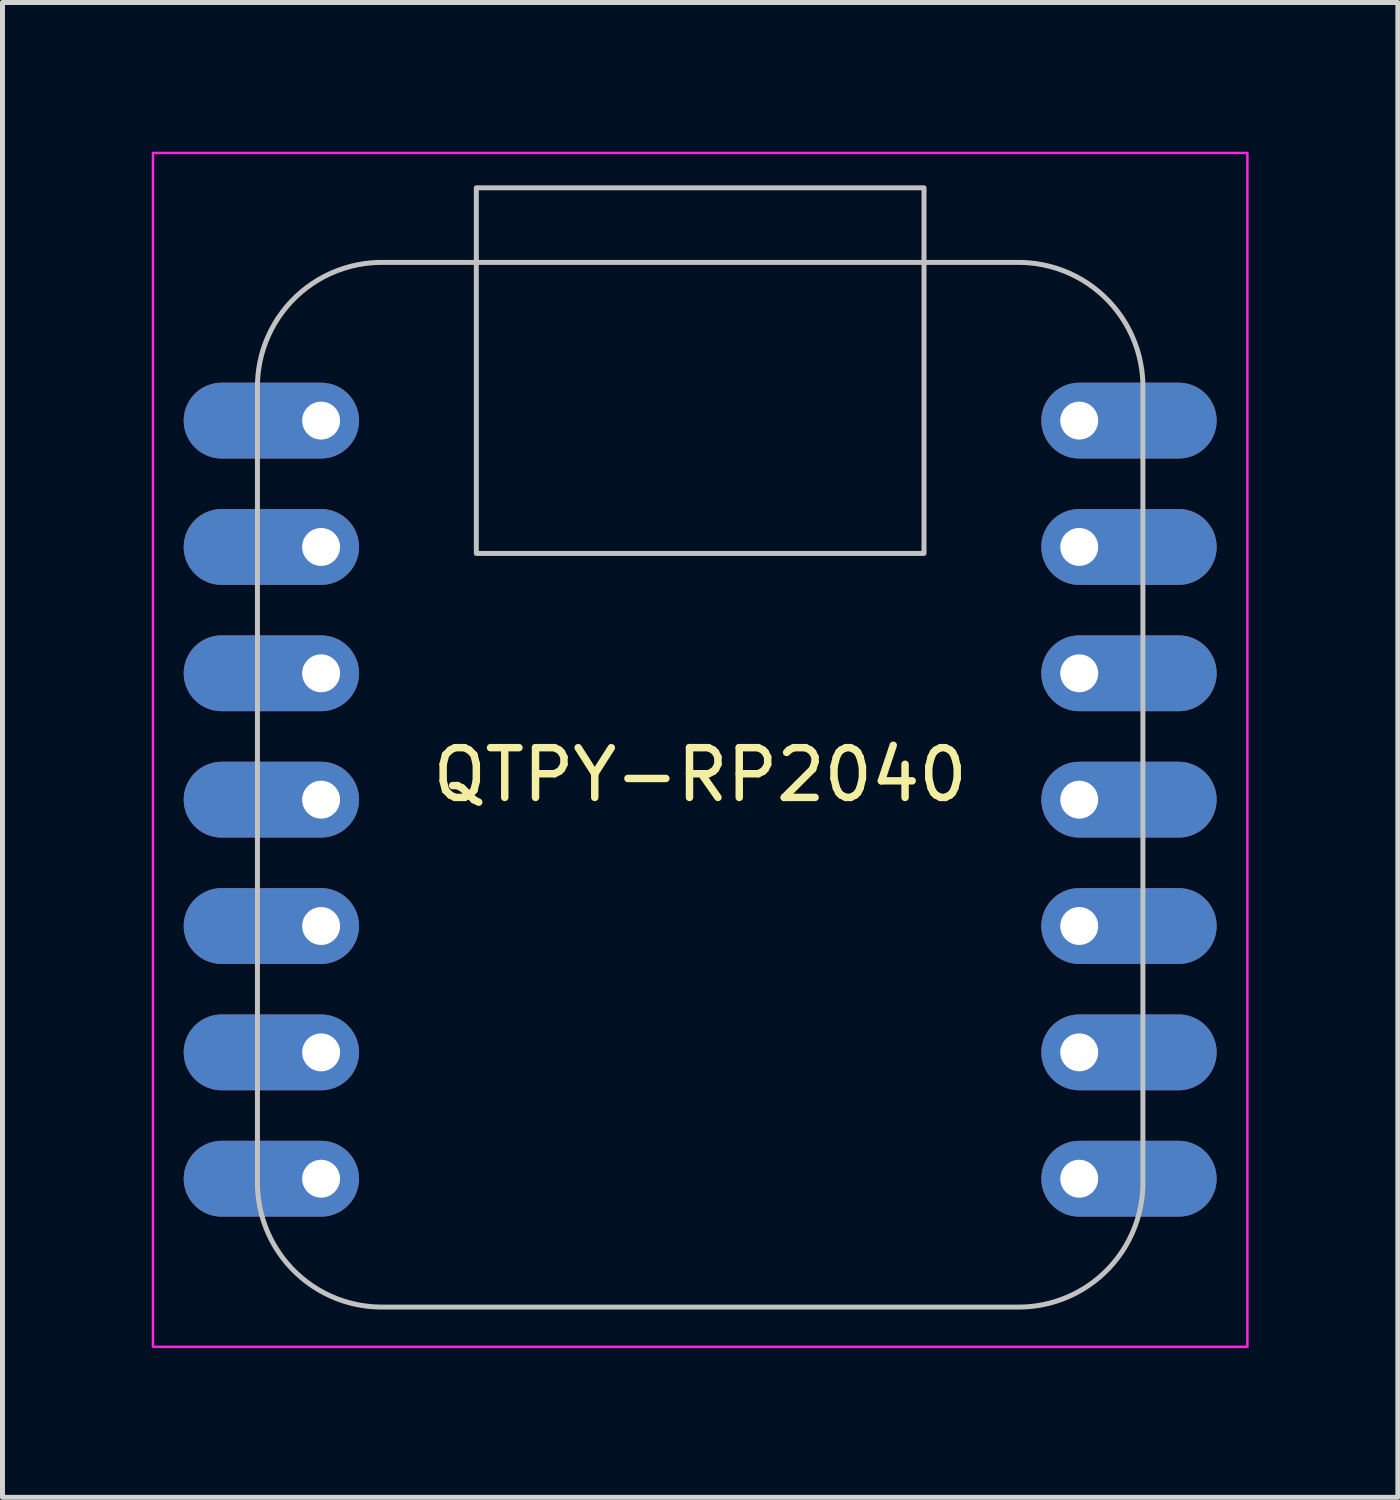
<source format=kicad_pcb>
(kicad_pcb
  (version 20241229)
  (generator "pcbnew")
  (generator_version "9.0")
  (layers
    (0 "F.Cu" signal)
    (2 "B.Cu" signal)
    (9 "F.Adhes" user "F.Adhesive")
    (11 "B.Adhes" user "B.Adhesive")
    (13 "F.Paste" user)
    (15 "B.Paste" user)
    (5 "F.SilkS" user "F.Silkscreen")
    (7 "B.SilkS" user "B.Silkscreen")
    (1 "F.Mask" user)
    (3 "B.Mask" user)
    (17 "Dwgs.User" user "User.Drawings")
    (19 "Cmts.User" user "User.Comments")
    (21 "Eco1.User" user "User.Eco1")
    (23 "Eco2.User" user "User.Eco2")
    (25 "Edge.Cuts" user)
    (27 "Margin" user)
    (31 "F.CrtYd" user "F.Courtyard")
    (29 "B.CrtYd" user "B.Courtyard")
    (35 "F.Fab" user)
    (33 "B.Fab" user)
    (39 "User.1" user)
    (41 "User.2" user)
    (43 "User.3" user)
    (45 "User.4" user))
  (footprint "QTPY-RP2040"
    (layer "F.Cu")
    (at 11.025 13.025)
    (property "Reference" "QTPY-RP2040" (at 0 -0.5 0) (unlocked yes) (layer "F.SilkS") (effects (font (size 1 1) (thickness 0.15))))
    (attr through_hole)
    (fp_rect (start 4.5 -12.3) (end -4.5 -4.95) (stroke (width 0.1) (type default)) (fill no) (layer "Dwgs.User"))
    (fp_poly (pts (arc (start 8.9 7.7) (mid 8.167767 9.467767) (end 6.4 10.2)) (arc (start -6.4 10.2) (mid -8.167767 9.467767) (end -8.9 7.7)) (arc (start -8.9 -8.3) (mid -8.167767 -10.067767) (end -6.4 -10.8)) (arc (start 6.4 -10.8) (mid 8.167767 -10.067767) (end 8.9 -8.3))) (stroke (width 0.1) (type solid)) (fill no) (layer "Dwgs.User"))
    (fp_rect (start 11 11) (end -11 -13) (stroke (width 0.05) (type default)) (fill no) (layer "F.CrtYd"))
    (pad "1" thru_hole oval (at -7.62 -7.62) (size 3.524 1.524) (drill 0.762 (offset -1 0)) (layers "*.Cu" "*.Mask"))
    (pad "2" thru_hole oval (at -7.62 -5.08) (size 3.524 1.524) (drill 0.762 (offset -1 0)) (layers "*.Cu" "*.Mask"))
    (pad "3" thru_hole oval (at -7.62 -2.54) (size 3.524 1.524) (drill 0.762 (offset -1 0)) (layers "*.Cu" "*.Mask"))
    (pad "4" thru_hole oval (at -7.62 0) (size 3.524 1.524) (drill 0.762 (offset -1 0)) (layers "*.Cu" "*.Mask"))
    (pad "5" thru_hole oval (at -7.62 2.54) (size 3.524 1.524) (drill 0.762 (offset -1 0)) (layers "*.Cu" "*.Mask"))
    (pad "6" thru_hole oval (at -7.62 5.08) (size 3.524 1.524) (drill 0.762 (offset -1 0)) (layers "*.Cu" "*.Mask"))
    (pad "7" thru_hole oval (at -7.62 7.62) (size 3.524 1.524) (drill 0.762 (offset -1 0)) (layers "*.Cu" "*.Mask"))
    (pad "8" thru_hole oval (at 7.62 -7.62 180) (size 3.524 1.524) (drill 0.762 (offset -1 0)) (layers "*.Cu" "*.Mask"))
    (pad "9" thru_hole oval (at 7.62 -5.08 180) (size 3.524 1.524) (drill 0.762 (offset -1 0)) (layers "*.Cu" "*.Mask"))
    (pad "10" thru_hole oval (at 7.62 -2.54 180) (size 3.524 1.524) (drill 0.762 (offset -1 0)) (layers "*.Cu" "*.Mask"))
    (pad "11" thru_hole oval (at 7.62 0 180) (size 3.524 1.524) (drill 0.762 (offset -1 0)) (layers "*.Cu" "*.Mask"))
    (pad "12" thru_hole oval (at 7.62 2.54 180) (size 3.524 1.524) (drill 0.762 (offset -1 0)) (layers "*.Cu" "*.Mask"))
    (pad "13" thru_hole oval (at 7.62 5.08 180) (size 3.524 1.524) (drill 0.762 (offset -1 0)) (layers "*.Cu" "*.Mask"))
    (pad "14" thru_hole oval (at 7.62 7.62 180) (size 3.524 1.524) (drill 0.762 (offset -1 0)) (layers "*.Cu" "*.Mask")))
  (gr_rect
    (start -3 -3)
    (end 25.05 27.05)
    (stroke (width 0.1) (type default))
    (fill no)
    (layer "Edge.Cuts")))
</source>
